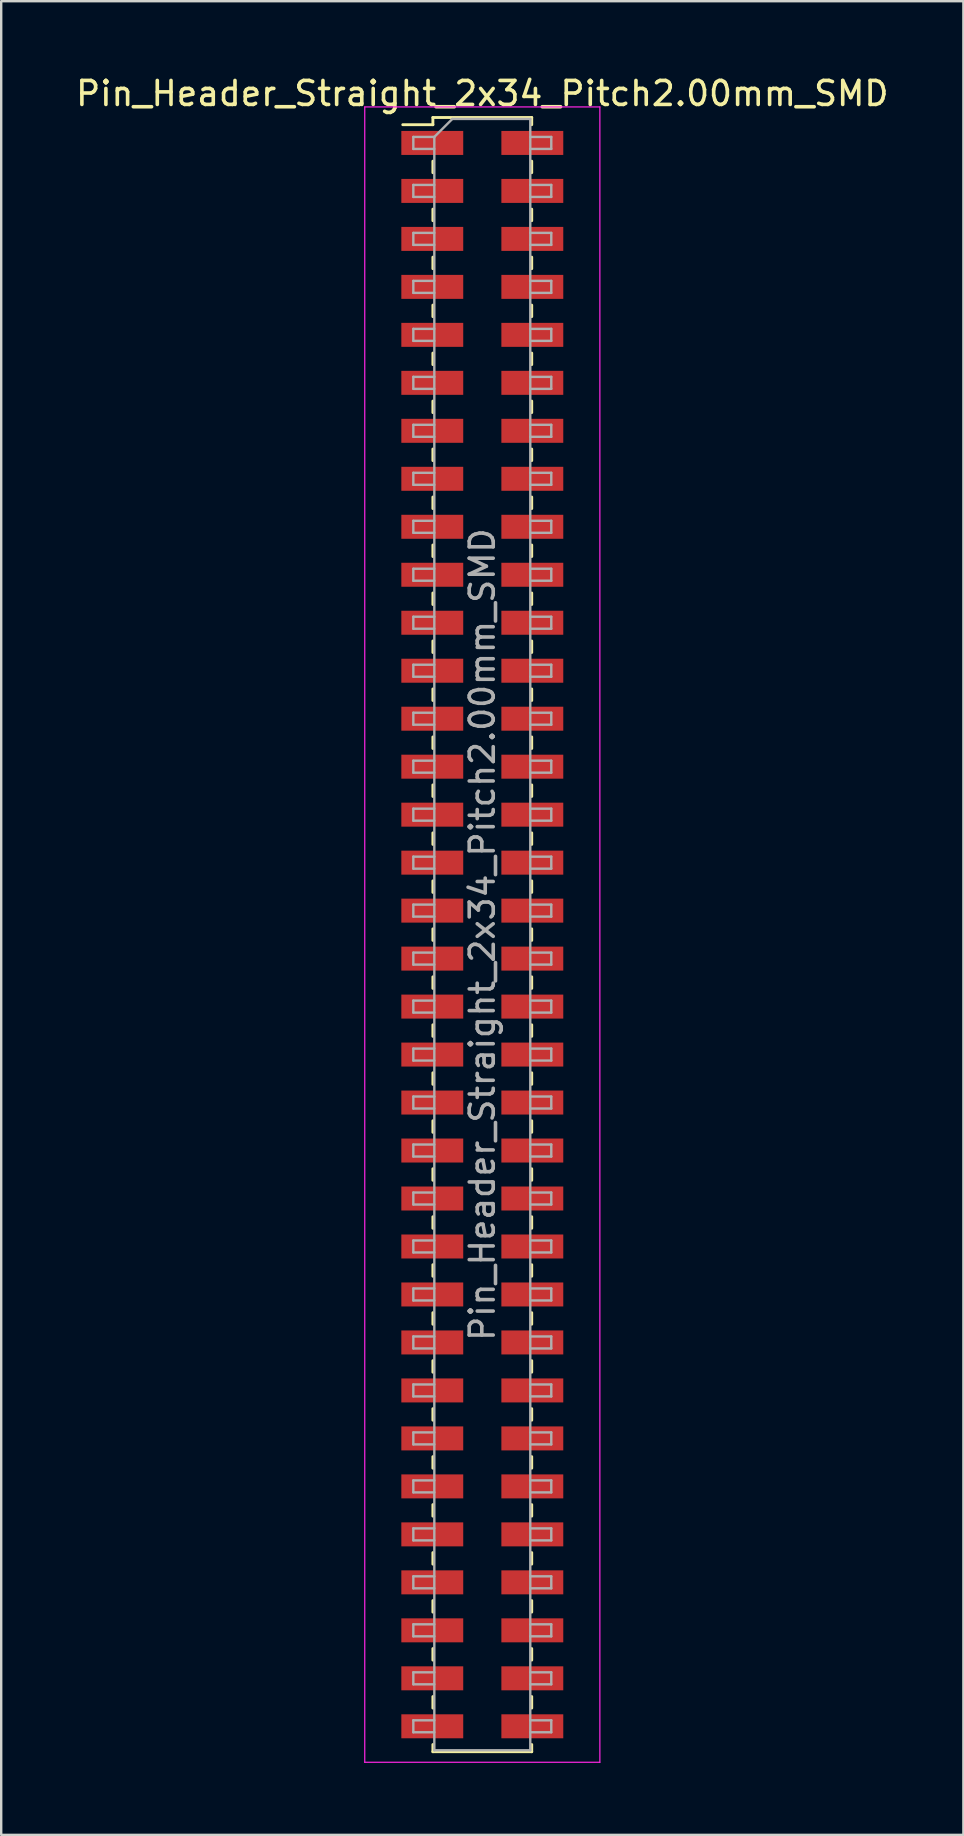
<source format=kicad_pcb>
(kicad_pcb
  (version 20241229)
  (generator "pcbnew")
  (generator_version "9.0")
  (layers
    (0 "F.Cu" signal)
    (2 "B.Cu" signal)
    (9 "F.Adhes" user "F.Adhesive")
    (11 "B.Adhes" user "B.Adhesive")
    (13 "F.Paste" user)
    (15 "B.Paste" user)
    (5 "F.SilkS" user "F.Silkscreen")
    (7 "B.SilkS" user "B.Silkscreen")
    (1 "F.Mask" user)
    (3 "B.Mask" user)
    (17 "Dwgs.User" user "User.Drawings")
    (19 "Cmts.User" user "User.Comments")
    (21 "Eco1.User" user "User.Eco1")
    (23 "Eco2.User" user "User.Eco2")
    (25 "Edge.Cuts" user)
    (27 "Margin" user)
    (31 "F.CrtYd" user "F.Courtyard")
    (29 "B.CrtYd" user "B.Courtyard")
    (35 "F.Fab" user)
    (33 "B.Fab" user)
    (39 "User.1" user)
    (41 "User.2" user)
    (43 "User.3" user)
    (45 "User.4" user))
  (footprint "Pin_Header_Straight_2x34_Pitch2.00mm_SMD"
    (layer "F.Cu")
    (at 17.054 35.908)
    (property "Reference" "Pin_Header_Straight_2x34_Pitch2.00mm_SMD" (at 0 -35.06 0) (layer "F.SilkS") (effects (font (size 1 1) (thickness 0.15))))
    (attr smd)
    (fp_line (start -3.315 -33.76) (end -2.06 -33.76) (stroke (width 0.12) (type solid)) (layer "F.SilkS"))
    (fp_line (start -2.06 -34.06) (end -2.06 -33.76) (stroke (width 0.12) (type solid)) (layer "F.SilkS"))
    (fp_line (start -2.06 -34.06) (end 2.06 -34.06) (stroke (width 0.12) (type solid)) (layer "F.SilkS"))
    (fp_line (start -2.06 -32.24) (end -2.06 -31.76) (stroke (width 0.12) (type solid)) (layer "F.SilkS"))
    (fp_line (start -2.06 -30.24) (end -2.06 -29.76) (stroke (width 0.12) (type solid)) (layer "F.SilkS"))
    (fp_line (start -2.06 -28.24) (end -2.06 -27.76) (stroke (width 0.12) (type solid)) (layer "F.SilkS"))
    (fp_line (start -2.06 -26.24) (end -2.06 -25.76) (stroke (width 0.12) (type solid)) (layer "F.SilkS"))
    (fp_line (start -2.06 -24.24) (end -2.06 -23.76) (stroke (width 0.12) (type solid)) (layer "F.SilkS"))
    (fp_line (start -2.06 -22.24) (end -2.06 -21.76) (stroke (width 0.12) (type solid)) (layer "F.SilkS"))
    (fp_line (start -2.06 -20.24) (end -2.06 -19.76) (stroke (width 0.12) (type solid)) (layer "F.SilkS"))
    (fp_line (start -2.06 -18.24) (end -2.06 -17.76) (stroke (width 0.12) (type solid)) (layer "F.SilkS"))
    (fp_line (start -2.06 -16.24) (end -2.06 -15.76) (stroke (width 0.12) (type solid)) (layer "F.SilkS"))
    (fp_line (start -2.06 -14.24) (end -2.06 -13.76) (stroke (width 0.12) (type solid)) (layer "F.SilkS"))
    (fp_line (start -2.06 -12.24) (end -2.06 -11.76) (stroke (width 0.12) (type solid)) (layer "F.SilkS"))
    (fp_line (start -2.06 -10.24) (end -2.06 -9.76) (stroke (width 0.12) (type solid)) (layer "F.SilkS"))
    (fp_line (start -2.06 -8.24) (end -2.06 -7.76) (stroke (width 0.12) (type solid)) (layer "F.SilkS"))
    (fp_line (start -2.06 -6.24) (end -2.06 -5.76) (stroke (width 0.12) (type solid)) (layer "F.SilkS"))
    (fp_line (start -2.06 -4.24) (end -2.06 -3.76) (stroke (width 0.12) (type solid)) (layer "F.SilkS"))
    (fp_line (start -2.06 -2.24) (end -2.06 -1.76) (stroke (width 0.12) (type solid)) (layer "F.SilkS"))
    (fp_line (start -2.06 -0.24) (end -2.06 0.24) (stroke (width 0.12) (type solid)) (layer "F.SilkS"))
    (fp_line (start -2.06 1.76) (end -2.06 2.24) (stroke (width 0.12) (type solid)) (layer "F.SilkS"))
    (fp_line (start -2.06 3.76) (end -2.06 4.24) (stroke (width 0.12) (type solid)) (layer "F.SilkS"))
    (fp_line (start -2.06 5.76) (end -2.06 6.24) (stroke (width 0.12) (type solid)) (layer "F.SilkS"))
    (fp_line (start -2.06 7.76) (end -2.06 8.24) (stroke (width 0.12) (type solid)) (layer "F.SilkS"))
    (fp_line (start -2.06 9.76) (end -2.06 10.24) (stroke (width 0.12) (type solid)) (layer "F.SilkS"))
    (fp_line (start -2.06 11.76) (end -2.06 12.24) (stroke (width 0.12) (type solid)) (layer "F.SilkS"))
    (fp_line (start -2.06 13.76) (end -2.06 14.24) (stroke (width 0.12) (type solid)) (layer "F.SilkS"))
    (fp_line (start -2.06 15.76) (end -2.06 16.24) (stroke (width 0.12) (type solid)) (layer "F.SilkS"))
    (fp_line (start -2.06 17.76) (end -2.06 18.24) (stroke (width 0.12) (type solid)) (layer "F.SilkS"))
    (fp_line (start -2.06 19.76) (end -2.06 20.24) (stroke (width 0.12) (type solid)) (layer "F.SilkS"))
    (fp_line (start -2.06 21.76) (end -2.06 22.24) (stroke (width 0.12) (type solid)) (layer "F.SilkS"))
    (fp_line (start -2.06 23.76) (end -2.06 24.24) (stroke (width 0.12) (type solid)) (layer "F.SilkS"))
    (fp_line (start -2.06 25.76) (end -2.06 26.24) (stroke (width 0.12) (type solid)) (layer "F.SilkS"))
    (fp_line (start -2.06 27.76) (end -2.06 28.24) (stroke (width 0.12) (type solid)) (layer "F.SilkS"))
    (fp_line (start -2.06 29.76) (end -2.06 30.24) (stroke (width 0.12) (type solid)) (layer "F.SilkS"))
    (fp_line (start -2.06 31.76) (end -2.06 32.24) (stroke (width 0.12) (type solid)) (layer "F.SilkS"))
    (fp_line (start -2.06 33.76) (end -2.06 34.06) (stroke (width 0.12) (type solid)) (layer "F.SilkS"))
    (fp_line (start -2.06 34.06) (end 2.06 34.06) (stroke (width 0.12) (type solid)) (layer "F.SilkS"))
    (fp_line (start 2.06 -34.06) (end 2.06 -33.76) (stroke (width 0.12) (type solid)) (layer "F.SilkS"))
    (fp_line (start 2.06 -32.24) (end 2.06 -31.76) (stroke (width 0.12) (type solid)) (layer "F.SilkS"))
    (fp_line (start 2.06 -30.24) (end 2.06 -29.76) (stroke (width 0.12) (type solid)) (layer "F.SilkS"))
    (fp_line (start 2.06 -28.24) (end 2.06 -27.76) (stroke (width 0.12) (type solid)) (layer "F.SilkS"))
    (fp_line (start 2.06 -26.24) (end 2.06 -25.76) (stroke (width 0.12) (type solid)) (layer "F.SilkS"))
    (fp_line (start 2.06 -24.24) (end 2.06 -23.76) (stroke (width 0.12) (type solid)) (layer "F.SilkS"))
    (fp_line (start 2.06 -22.24) (end 2.06 -21.76) (stroke (width 0.12) (type solid)) (layer "F.SilkS"))
    (fp_line (start 2.06 -20.24) (end 2.06 -19.76) (stroke (width 0.12) (type solid)) (layer "F.SilkS"))
    (fp_line (start 2.06 -18.24) (end 2.06 -17.76) (stroke (width 0.12) (type solid)) (layer "F.SilkS"))
    (fp_line (start 2.06 -16.24) (end 2.06 -15.76) (stroke (width 0.12) (type solid)) (layer "F.SilkS"))
    (fp_line (start 2.06 -14.24) (end 2.06 -13.76) (stroke (width 0.12) (type solid)) (layer "F.SilkS"))
    (fp_line (start 2.06 -12.24) (end 2.06 -11.76) (stroke (width 0.12) (type solid)) (layer "F.SilkS"))
    (fp_line (start 2.06 -10.24) (end 2.06 -9.76) (stroke (width 0.12) (type solid)) (layer "F.SilkS"))
    (fp_line (start 2.06 -8.24) (end 2.06 -7.76) (stroke (width 0.12) (type solid)) (layer "F.SilkS"))
    (fp_line (start 2.06 -6.24) (end 2.06 -5.76) (stroke (width 0.12) (type solid)) (layer "F.SilkS"))
    (fp_line (start 2.06 -4.24) (end 2.06 -3.76) (stroke (width 0.12) (type solid)) (layer "F.SilkS"))
    (fp_line (start 2.06 -2.24) (end 2.06 -1.76) (stroke (width 0.12) (type solid)) (layer "F.SilkS"))
    (fp_line (start 2.06 -0.24) (end 2.06 0.24) (stroke (width 0.12) (type solid)) (layer "F.SilkS"))
    (fp_line (start 2.06 1.76) (end 2.06 2.24) (stroke (width 0.12) (type solid)) (layer "F.SilkS"))
    (fp_line (start 2.06 3.76) (end 2.06 4.24) (stroke (width 0.12) (type solid)) (layer "F.SilkS"))
    (fp_line (start 2.06 5.76) (end 2.06 6.24) (stroke (width 0.12) (type solid)) (layer "F.SilkS"))
    (fp_line (start 2.06 7.76) (end 2.06 8.24) (stroke (width 0.12) (type solid)) (layer "F.SilkS"))
    (fp_line (start 2.06 9.76) (end 2.06 10.24) (stroke (width 0.12) (type solid)) (layer "F.SilkS"))
    (fp_line (start 2.06 11.76) (end 2.06 12.24) (stroke (width 0.12) (type solid)) (layer "F.SilkS"))
    (fp_line (start 2.06 13.76) (end 2.06 14.24) (stroke (width 0.12) (type solid)) (layer "F.SilkS"))
    (fp_line (start 2.06 15.76) (end 2.06 16.24) (stroke (width 0.12) (type solid)) (layer "F.SilkS"))
    (fp_line (start 2.06 17.76) (end 2.06 18.24) (stroke (width 0.12) (type solid)) (layer "F.SilkS"))
    (fp_line (start 2.06 19.76) (end 2.06 20.24) (stroke (width 0.12) (type solid)) (layer "F.SilkS"))
    (fp_line (start 2.06 21.76) (end 2.06 22.24) (stroke (width 0.12) (type solid)) (layer "F.SilkS"))
    (fp_line (start 2.06 23.76) (end 2.06 24.24) (stroke (width 0.12) (type solid)) (layer "F.SilkS"))
    (fp_line (start 2.06 25.76) (end 2.06 26.24) (stroke (width 0.12) (type solid)) (layer "F.SilkS"))
    (fp_line (start 2.06 27.76) (end 2.06 28.24) (stroke (width 0.12) (type solid)) (layer "F.SilkS"))
    (fp_line (start 2.06 29.76) (end 2.06 30.24) (stroke (width 0.12) (type solid)) (layer "F.SilkS"))
    (fp_line (start 2.06 31.76) (end 2.06 32.24) (stroke (width 0.12) (type solid)) (layer "F.SilkS"))
    (fp_line (start 2.06 33.76) (end 2.06 34.06) (stroke (width 0.12) (type solid)) (layer "F.SilkS"))
    (fp_line (start -4.9 -34.5) (end -4.9 34.5) (stroke (width 0.05) (type solid)) (layer "F.CrtYd"))
    (fp_line (start -4.9 34.5) (end 4.9 34.5) (stroke (width 0.05) (type solid)) (layer "F.CrtYd"))
    (fp_line (start 4.9 -34.5) (end -4.9 -34.5) (stroke (width 0.05) (type solid)) (layer "F.CrtYd"))
    (fp_line (start 4.9 34.5) (end 4.9 -34.5) (stroke (width 0.05) (type solid)) (layer "F.CrtYd"))
    (fp_line (start -2.875 -33.25) (end -2.875 -32.75) (stroke (width 0.1) (type solid)) (layer "F.Fab"))
    (fp_line (start -2.875 -32.75) (end -2 -32.75) (stroke (width 0.1) (type solid)) (layer "F.Fab"))
    (fp_line (start -2.875 -31.25) (end -2.875 -30.75) (stroke (width 0.1) (type solid)) (layer "F.Fab"))
    (fp_line (start -2.875 -30.75) (end -2 -30.75) (stroke (width 0.1) (type solid)) (layer "F.Fab"))
    (fp_line (start -2.875 -29.25) (end -2.875 -28.75) (stroke (width 0.1) (type solid)) (layer "F.Fab"))
    (fp_line (start -2.875 -28.75) (end -2 -28.75) (stroke (width 0.1) (type solid)) (layer "F.Fab"))
    (fp_line (start -2.875 -27.25) (end -2.875 -26.75) (stroke (width 0.1) (type solid)) (layer "F.Fab"))
    (fp_line (start -2.875 -26.75) (end -2 -26.75) (stroke (width 0.1) (type solid)) (layer "F.Fab"))
    (fp_line (start -2.875 -25.25) (end -2.875 -24.75) (stroke (width 0.1) (type solid)) (layer "F.Fab"))
    (fp_line (start -2.875 -24.75) (end -2 -24.75) (stroke (width 0.1) (type solid)) (layer "F.Fab"))
    (fp_line (start -2.875 -23.25) (end -2.875 -22.75) (stroke (width 0.1) (type solid)) (layer "F.Fab"))
    (fp_line (start -2.875 -22.75) (end -2 -22.75) (stroke (width 0.1) (type solid)) (layer "F.Fab"))
    (fp_line (start -2.875 -21.25) (end -2.875 -20.75) (stroke (width 0.1) (type solid)) (layer "F.Fab"))
    (fp_line (start -2.875 -20.75) (end -2 -20.75) (stroke (width 0.1) (type solid)) (layer "F.Fab"))
    (fp_line (start -2.875 -19.25) (end -2.875 -18.75) (stroke (width 0.1) (type solid)) (layer "F.Fab"))
    (fp_line (start -2.875 -18.75) (end -2 -18.75) (stroke (width 0.1) (type solid)) (layer "F.Fab"))
    (fp_line (start -2.875 -17.25) (end -2.875 -16.75) (stroke (width 0.1) (type solid)) (layer "F.Fab"))
    (fp_line (start -2.875 -16.75) (end -2 -16.75) (stroke (width 0.1) (type solid)) (layer "F.Fab"))
    (fp_line (start -2.875 -15.25) (end -2.875 -14.75) (stroke (width 0.1) (type solid)) (layer "F.Fab"))
    (fp_line (start -2.875 -14.75) (end -2 -14.75) (stroke (width 0.1) (type solid)) (layer "F.Fab"))
    (fp_line (start -2.875 -13.25) (end -2.875 -12.75) (stroke (width 0.1) (type solid)) (layer "F.Fab"))
    (fp_line (start -2.875 -12.75) (end -2 -12.75) (stroke (width 0.1) (type solid)) (layer "F.Fab"))
    (fp_line (start -2.875 -11.25) (end -2.875 -10.75) (stroke (width 0.1) (type solid)) (layer "F.Fab"))
    (fp_line (start -2.875 -10.75) (end -2 -10.75) (stroke (width 0.1) (type solid)) (layer "F.Fab"))
    (fp_line (start -2.875 -9.25) (end -2.875 -8.75) (stroke (width 0.1) (type solid)) (layer "F.Fab"))
    (fp_line (start -2.875 -8.75) (end -2 -8.75) (stroke (width 0.1) (type solid)) (layer "F.Fab"))
    (fp_line (start -2.875 -7.25) (end -2.875 -6.75) (stroke (width 0.1) (type solid)) (layer "F.Fab"))
    (fp_line (start -2.875 -6.75) (end -2 -6.75) (stroke (width 0.1) (type solid)) (layer "F.Fab"))
    (fp_line (start -2.875 -5.25) (end -2.875 -4.75) (stroke (width 0.1) (type solid)) (layer "F.Fab"))
    (fp_line (start -2.875 -4.75) (end -2 -4.75) (stroke (width 0.1) (type solid)) (layer "F.Fab"))
    (fp_line (start -2.875 -3.25) (end -2.875 -2.75) (stroke (width 0.1) (type solid)) (layer "F.Fab"))
    (fp_line (start -2.875 -2.75) (end -2 -2.75) (stroke (width 0.1) (type solid)) (layer "F.Fab"))
    (fp_line (start -2.875 -1.25) (end -2.875 -0.75) (stroke (width 0.1) (type solid)) (layer "F.Fab"))
    (fp_line (start -2.875 -0.75) (end -2 -0.75) (stroke (width 0.1) (type solid)) (layer "F.Fab"))
    (fp_line (start -2.875 0.75) (end -2.875 1.25) (stroke (width 0.1) (type solid)) (layer "F.Fab"))
    (fp_line (start -2.875 1.25) (end -2 1.25) (stroke (width 0.1) (type solid)) (layer "F.Fab"))
    (fp_line (start -2.875 2.75) (end -2.875 3.25) (stroke (width 0.1) (type solid)) (layer "F.Fab"))
    (fp_line (start -2.875 3.25) (end -2 3.25) (stroke (width 0.1) (type solid)) (layer "F.Fab"))
    (fp_line (start -2.875 4.75) (end -2.875 5.25) (stroke (width 0.1) (type solid)) (layer "F.Fab"))
    (fp_line (start -2.875 5.25) (end -2 5.25) (stroke (width 0.1) (type solid)) (layer "F.Fab"))
    (fp_line (start -2.875 6.75) (end -2.875 7.25) (stroke (width 0.1) (type solid)) (layer "F.Fab"))
    (fp_line (start -2.875 7.25) (end -2 7.25) (stroke (width 0.1) (type solid)) (layer "F.Fab"))
    (fp_line (start -2.875 8.75) (end -2.875 9.25) (stroke (width 0.1) (type solid)) (layer "F.Fab"))
    (fp_line (start -2.875 9.25) (end -2 9.25) (stroke (width 0.1) (type solid)) (layer "F.Fab"))
    (fp_line (start -2.875 10.75) (end -2.875 11.25) (stroke (width 0.1) (type solid)) (layer "F.Fab"))
    (fp_line (start -2.875 11.25) (end -2 11.25) (stroke (width 0.1) (type solid)) (layer "F.Fab"))
    (fp_line (start -2.875 12.75) (end -2.875 13.25) (stroke (width 0.1) (type solid)) (layer "F.Fab"))
    (fp_line (start -2.875 13.25) (end -2 13.25) (stroke (width 0.1) (type solid)) (layer "F.Fab"))
    (fp_line (start -2.875 14.75) (end -2.875 15.25) (stroke (width 0.1) (type solid)) (layer "F.Fab"))
    (fp_line (start -2.875 15.25) (end -2 15.25) (stroke (width 0.1) (type solid)) (layer "F.Fab"))
    (fp_line (start -2.875 16.75) (end -2.875 17.25) (stroke (width 0.1) (type solid)) (layer "F.Fab"))
    (fp_line (start -2.875 17.25) (end -2 17.25) (stroke (width 0.1) (type solid)) (layer "F.Fab"))
    (fp_line (start -2.875 18.75) (end -2.875 19.25) (stroke (width 0.1) (type solid)) (layer "F.Fab"))
    (fp_line (start -2.875 19.25) (end -2 19.25) (stroke (width 0.1) (type solid)) (layer "F.Fab"))
    (fp_line (start -2.875 20.75) (end -2.875 21.25) (stroke (width 0.1) (type solid)) (layer "F.Fab"))
    (fp_line (start -2.875 21.25) (end -2 21.25) (stroke (width 0.1) (type solid)) (layer "F.Fab"))
    (fp_line (start -2.875 22.75) (end -2.875 23.25) (stroke (width 0.1) (type solid)) (layer "F.Fab"))
    (fp_line (start -2.875 23.25) (end -2 23.25) (stroke (width 0.1) (type solid)) (layer "F.Fab"))
    (fp_line (start -2.875 24.75) (end -2.875 25.25) (stroke (width 0.1) (type solid)) (layer "F.Fab"))
    (fp_line (start -2.875 25.25) (end -2 25.25) (stroke (width 0.1) (type solid)) (layer "F.Fab"))
    (fp_line (start -2.875 26.75) (end -2.875 27.25) (stroke (width 0.1) (type solid)) (layer "F.Fab"))
    (fp_line (start -2.875 27.25) (end -2 27.25) (stroke (width 0.1) (type solid)) (layer "F.Fab"))
    (fp_line (start -2.875 28.75) (end -2.875 29.25) (stroke (width 0.1) (type solid)) (layer "F.Fab"))
    (fp_line (start -2.875 29.25) (end -2 29.25) (stroke (width 0.1) (type solid)) (layer "F.Fab"))
    (fp_line (start -2.875 30.75) (end -2.875 31.25) (stroke (width 0.1) (type solid)) (layer "F.Fab"))
    (fp_line (start -2.875 31.25) (end -2 31.25) (stroke (width 0.1) (type solid)) (layer "F.Fab"))
    (fp_line (start -2.875 32.75) (end -2.875 33.25) (stroke (width 0.1) (type solid)) (layer "F.Fab"))
    (fp_line (start -2.875 33.25) (end -2 33.25) (stroke (width 0.1) (type solid)) (layer "F.Fab"))
    (fp_line (start -2 -33.25) (end -2.875 -33.25) (stroke (width 0.1) (type solid)) (layer "F.Fab"))
    (fp_line (start -2 -33.25) (end -1.25 -34) (stroke (width 0.1) (type solid)) (layer "F.Fab"))
    (fp_line (start -2 -31.25) (end -2.875 -31.25) (stroke (width 0.1) (type solid)) (layer "F.Fab"))
    (fp_line (start -2 -29.25) (end -2.875 -29.25) (stroke (width 0.1) (type solid)) (layer "F.Fab"))
    (fp_line (start -2 -27.25) (end -2.875 -27.25) (stroke (width 0.1) (type solid)) (layer "F.Fab"))
    (fp_line (start -2 -25.25) (end -2.875 -25.25) (stroke (width 0.1) (type solid)) (layer "F.Fab"))
    (fp_line (start -2 -23.25) (end -2.875 -23.25) (stroke (width 0.1) (type solid)) (layer "F.Fab"))
    (fp_line (start -2 -21.25) (end -2.875 -21.25) (stroke (width 0.1) (type solid)) (layer "F.Fab"))
    (fp_line (start -2 -19.25) (end -2.875 -19.25) (stroke (width 0.1) (type solid)) (layer "F.Fab"))
    (fp_line (start -2 -17.25) (end -2.875 -17.25) (stroke (width 0.1) (type solid)) (layer "F.Fab"))
    (fp_line (start -2 -15.25) (end -2.875 -15.25) (stroke (width 0.1) (type solid)) (layer "F.Fab"))
    (fp_line (start -2 -13.25) (end -2.875 -13.25) (stroke (width 0.1) (type solid)) (layer "F.Fab"))
    (fp_line (start -2 -11.25) (end -2.875 -11.25) (stroke (width 0.1) (type solid)) (layer "F.Fab"))
    (fp_line (start -2 -9.25) (end -2.875 -9.25) (stroke (width 0.1) (type solid)) (layer "F.Fab"))
    (fp_line (start -2 -7.25) (end -2.875 -7.25) (stroke (width 0.1) (type solid)) (layer "F.Fab"))
    (fp_line (start -2 -5.25) (end -2.875 -5.25) (stroke (width 0.1) (type solid)) (layer "F.Fab"))
    (fp_line (start -2 -3.25) (end -2.875 -3.25) (stroke (width 0.1) (type solid)) (layer "F.Fab"))
    (fp_line (start -2 -1.25) (end -2.875 -1.25) (stroke (width 0.1) (type solid)) (layer "F.Fab"))
    (fp_line (start -2 0.75) (end -2.875 0.75) (stroke (width 0.1) (type solid)) (layer "F.Fab"))
    (fp_line (start -2 2.75) (end -2.875 2.75) (stroke (width 0.1) (type solid)) (layer "F.Fab"))
    (fp_line (start -2 4.75) (end -2.875 4.75) (stroke (width 0.1) (type solid)) (layer "F.Fab"))
    (fp_line (start -2 6.75) (end -2.875 6.75) (stroke (width 0.1) (type solid)) (layer "F.Fab"))
    (fp_line (start -2 8.75) (end -2.875 8.75) (stroke (width 0.1) (type solid)) (layer "F.Fab"))
    (fp_line (start -2 10.75) (end -2.875 10.75) (stroke (width 0.1) (type solid)) (layer "F.Fab"))
    (fp_line (start -2 12.75) (end -2.875 12.75) (stroke (width 0.1) (type solid)) (layer "F.Fab"))
    (fp_line (start -2 14.75) (end -2.875 14.75) (stroke (width 0.1) (type solid)) (layer "F.Fab"))
    (fp_line (start -2 16.75) (end -2.875 16.75) (stroke (width 0.1) (type solid)) (layer "F.Fab"))
    (fp_line (start -2 18.75) (end -2.875 18.75) (stroke (width 0.1) (type solid)) (layer "F.Fab"))
    (fp_line (start -2 20.75) (end -2.875 20.75) (stroke (width 0.1) (type solid)) (layer "F.Fab"))
    (fp_line (start -2 22.75) (end -2.875 22.75) (stroke (width 0.1) (type solid)) (layer "F.Fab"))
    (fp_line (start -2 24.75) (end -2.875 24.75) (stroke (width 0.1) (type solid)) (layer "F.Fab"))
    (fp_line (start -2 26.75) (end -2.875 26.75) (stroke (width 0.1) (type solid)) (layer "F.Fab"))
    (fp_line (start -2 28.75) (end -2.875 28.75) (stroke (width 0.1) (type solid)) (layer "F.Fab"))
    (fp_line (start -2 30.75) (end -2.875 30.75) (stroke (width 0.1) (type solid)) (layer "F.Fab"))
    (fp_line (start -2 32.75) (end -2.875 32.75) (stroke (width 0.1) (type solid)) (layer "F.Fab"))
    (fp_line (start -2 34) (end -2 -33.25) (stroke (width 0.1) (type solid)) (layer "F.Fab"))
    (fp_line (start -1.25 -34) (end 2 -34) (stroke (width 0.1) (type solid)) (layer "F.Fab"))
    (fp_line (start 2 -34) (end 2 34) (stroke (width 0.1) (type solid)) (layer "F.Fab"))
    (fp_line (start 2 -33.25) (end 2.875 -33.25) (stroke (width 0.1) (type solid)) (layer "F.Fab"))
    (fp_line (start 2 -31.25) (end 2.875 -31.25) (stroke (width 0.1) (type solid)) (layer "F.Fab"))
    (fp_line (start 2 -29.25) (end 2.875 -29.25) (stroke (width 0.1) (type solid)) (layer "F.Fab"))
    (fp_line (start 2 -27.25) (end 2.875 -27.25) (stroke (width 0.1) (type solid)) (layer "F.Fab"))
    (fp_line (start 2 -25.25) (end 2.875 -25.25) (stroke (width 0.1) (type solid)) (layer "F.Fab"))
    (fp_line (start 2 -23.25) (end 2.875 -23.25) (stroke (width 0.1) (type solid)) (layer "F.Fab"))
    (fp_line (start 2 -21.25) (end 2.875 -21.25) (stroke (width 0.1) (type solid)) (layer "F.Fab"))
    (fp_line (start 2 -19.25) (end 2.875 -19.25) (stroke (width 0.1) (type solid)) (layer "F.Fab"))
    (fp_line (start 2 -17.25) (end 2.875 -17.25) (stroke (width 0.1) (type solid)) (layer "F.Fab"))
    (fp_line (start 2 -15.25) (end 2.875 -15.25) (stroke (width 0.1) (type solid)) (layer "F.Fab"))
    (fp_line (start 2 -13.25) (end 2.875 -13.25) (stroke (width 0.1) (type solid)) (layer "F.Fab"))
    (fp_line (start 2 -11.25) (end 2.875 -11.25) (stroke (width 0.1) (type solid)) (layer "F.Fab"))
    (fp_line (start 2 -9.25) (end 2.875 -9.25) (stroke (width 0.1) (type solid)) (layer "F.Fab"))
    (fp_line (start 2 -7.25) (end 2.875 -7.25) (stroke (width 0.1) (type solid)) (layer "F.Fab"))
    (fp_line (start 2 -5.25) (end 2.875 -5.25) (stroke (width 0.1) (type solid)) (layer "F.Fab"))
    (fp_line (start 2 -3.25) (end 2.875 -3.25) (stroke (width 0.1) (type solid)) (layer "F.Fab"))
    (fp_line (start 2 -1.25) (end 2.875 -1.25) (stroke (width 0.1) (type solid)) (layer "F.Fab"))
    (fp_line (start 2 0.75) (end 2.875 0.75) (stroke (width 0.1) (type solid)) (layer "F.Fab"))
    (fp_line (start 2 2.75) (end 2.875 2.75) (stroke (width 0.1) (type solid)) (layer "F.Fab"))
    (fp_line (start 2 4.75) (end 2.875 4.75) (stroke (width 0.1) (type solid)) (layer "F.Fab"))
    (fp_line (start 2 6.75) (end 2.875 6.75) (stroke (width 0.1) (type solid)) (layer "F.Fab"))
    (fp_line (start 2 8.75) (end 2.875 8.75) (stroke (width 0.1) (type solid)) (layer "F.Fab"))
    (fp_line (start 2 10.75) (end 2.875 10.75) (stroke (width 0.1) (type solid)) (layer "F.Fab"))
    (fp_line (start 2 12.75) (end 2.875 12.75) (stroke (width 0.1) (type solid)) (layer "F.Fab"))
    (fp_line (start 2 14.75) (end 2.875 14.75) (stroke (width 0.1) (type solid)) (layer "F.Fab"))
    (fp_line (start 2 16.75) (end 2.875 16.75) (stroke (width 0.1) (type solid)) (layer "F.Fab"))
    (fp_line (start 2 18.75) (end 2.875 18.75) (stroke (width 0.1) (type solid)) (layer "F.Fab"))
    (fp_line (start 2 20.75) (end 2.875 20.75) (stroke (width 0.1) (type solid)) (layer "F.Fab"))
    (fp_line (start 2 22.75) (end 2.875 22.75) (stroke (width 0.1) (type solid)) (layer "F.Fab"))
    (fp_line (start 2 24.75) (end 2.875 24.75) (stroke (width 0.1) (type solid)) (layer "F.Fab"))
    (fp_line (start 2 26.75) (end 2.875 26.75) (stroke (width 0.1) (type solid)) (layer "F.Fab"))
    (fp_line (start 2 28.75) (end 2.875 28.75) (stroke (width 0.1) (type solid)) (layer "F.Fab"))
    (fp_line (start 2 30.75) (end 2.875 30.75) (stroke (width 0.1) (type solid)) (layer "F.Fab"))
    (fp_line (start 2 32.75) (end 2.875 32.75) (stroke (width 0.1) (type solid)) (layer "F.Fab"))
    (fp_line (start 2 34) (end -2 34) (stroke (width 0.1) (type solid)) (layer "F.Fab"))
    (fp_line (start 2.875 -33.25) (end 2.875 -32.75) (stroke (width 0.1) (type solid)) (layer "F.Fab"))
    (fp_line (start 2.875 -32.75) (end 2 -32.75) (stroke (width 0.1) (type solid)) (layer "F.Fab"))
    (fp_line (start 2.875 -31.25) (end 2.875 -30.75) (stroke (width 0.1) (type solid)) (layer "F.Fab"))
    (fp_line (start 2.875 -30.75) (end 2 -30.75) (stroke (width 0.1) (type solid)) (layer "F.Fab"))
    (fp_line (start 2.875 -29.25) (end 2.875 -28.75) (stroke (width 0.1) (type solid)) (layer "F.Fab"))
    (fp_line (start 2.875 -28.75) (end 2 -28.75) (stroke (width 0.1) (type solid)) (layer "F.Fab"))
    (fp_line (start 2.875 -27.25) (end 2.875 -26.75) (stroke (width 0.1) (type solid)) (layer "F.Fab"))
    (fp_line (start 2.875 -26.75) (end 2 -26.75) (stroke (width 0.1) (type solid)) (layer "F.Fab"))
    (fp_line (start 2.875 -25.25) (end 2.875 -24.75) (stroke (width 0.1) (type solid)) (layer "F.Fab"))
    (fp_line (start 2.875 -24.75) (end 2 -24.75) (stroke (width 0.1) (type solid)) (layer "F.Fab"))
    (fp_line (start 2.875 -23.25) (end 2.875 -22.75) (stroke (width 0.1) (type solid)) (layer "F.Fab"))
    (fp_line (start 2.875 -22.75) (end 2 -22.75) (stroke (width 0.1) (type solid)) (layer "F.Fab"))
    (fp_line (start 2.875 -21.25) (end 2.875 -20.75) (stroke (width 0.1) (type solid)) (layer "F.Fab"))
    (fp_line (start 2.875 -20.75) (end 2 -20.75) (stroke (width 0.1) (type solid)) (layer "F.Fab"))
    (fp_line (start 2.875 -19.25) (end 2.875 -18.75) (stroke (width 0.1) (type solid)) (layer "F.Fab"))
    (fp_line (start 2.875 -18.75) (end 2 -18.75) (stroke (width 0.1) (type solid)) (layer "F.Fab"))
    (fp_line (start 2.875 -17.25) (end 2.875 -16.75) (stroke (width 0.1) (type solid)) (layer "F.Fab"))
    (fp_line (start 2.875 -16.75) (end 2 -16.75) (stroke (width 0.1) (type solid)) (layer "F.Fab"))
    (fp_line (start 2.875 -15.25) (end 2.875 -14.75) (stroke (width 0.1) (type solid)) (layer "F.Fab"))
    (fp_line (start 2.875 -14.75) (end 2 -14.75) (stroke (width 0.1) (type solid)) (layer "F.Fab"))
    (fp_line (start 2.875 -13.25) (end 2.875 -12.75) (stroke (width 0.1) (type solid)) (layer "F.Fab"))
    (fp_line (start 2.875 -12.75) (end 2 -12.75) (stroke (width 0.1) (type solid)) (layer "F.Fab"))
    (fp_line (start 2.875 -11.25) (end 2.875 -10.75) (stroke (width 0.1) (type solid)) (layer "F.Fab"))
    (fp_line (start 2.875 -10.75) (end 2 -10.75) (stroke (width 0.1) (type solid)) (layer "F.Fab"))
    (fp_line (start 2.875 -9.25) (end 2.875 -8.75) (stroke (width 0.1) (type solid)) (layer "F.Fab"))
    (fp_line (start 2.875 -8.75) (end 2 -8.75) (stroke (width 0.1) (type solid)) (layer "F.Fab"))
    (fp_line (start 2.875 -7.25) (end 2.875 -6.75) (stroke (width 0.1) (type solid)) (layer "F.Fab"))
    (fp_line (start 2.875 -6.75) (end 2 -6.75) (stroke (width 0.1) (type solid)) (layer "F.Fab"))
    (fp_line (start 2.875 -5.25) (end 2.875 -4.75) (stroke (width 0.1) (type solid)) (layer "F.Fab"))
    (fp_line (start 2.875 -4.75) (end 2 -4.75) (stroke (width 0.1) (type solid)) (layer "F.Fab"))
    (fp_line (start 2.875 -3.25) (end 2.875 -2.75) (stroke (width 0.1) (type solid)) (layer "F.Fab"))
    (fp_line (start 2.875 -2.75) (end 2 -2.75) (stroke (width 0.1) (type solid)) (layer "F.Fab"))
    (fp_line (start 2.875 -1.25) (end 2.875 -0.75) (stroke (width 0.1) (type solid)) (layer "F.Fab"))
    (fp_line (start 2.875 -0.75) (end 2 -0.75) (stroke (width 0.1) (type solid)) (layer "F.Fab"))
    (fp_line (start 2.875 0.75) (end 2.875 1.25) (stroke (width 0.1) (type solid)) (layer "F.Fab"))
    (fp_line (start 2.875 1.25) (end 2 1.25) (stroke (width 0.1) (type solid)) (layer "F.Fab"))
    (fp_line (start 2.875 2.75) (end 2.875 3.25) (stroke (width 0.1) (type solid)) (layer "F.Fab"))
    (fp_line (start 2.875 3.25) (end 2 3.25) (stroke (width 0.1) (type solid)) (layer "F.Fab"))
    (fp_line (start 2.875 4.75) (end 2.875 5.25) (stroke (width 0.1) (type solid)) (layer "F.Fab"))
    (fp_line (start 2.875 5.25) (end 2 5.25) (stroke (width 0.1) (type solid)) (layer "F.Fab"))
    (fp_line (start 2.875 6.75) (end 2.875 7.25) (stroke (width 0.1) (type solid)) (layer "F.Fab"))
    (fp_line (start 2.875 7.25) (end 2 7.25) (stroke (width 0.1) (type solid)) (layer "F.Fab"))
    (fp_line (start 2.875 8.75) (end 2.875 9.25) (stroke (width 0.1) (type solid)) (layer "F.Fab"))
    (fp_line (start 2.875 9.25) (end 2 9.25) (stroke (width 0.1) (type solid)) (layer "F.Fab"))
    (fp_line (start 2.875 10.75) (end 2.875 11.25) (stroke (width 0.1) (type solid)) (layer "F.Fab"))
    (fp_line (start 2.875 11.25) (end 2 11.25) (stroke (width 0.1) (type solid)) (layer "F.Fab"))
    (fp_line (start 2.875 12.75) (end 2.875 13.25) (stroke (width 0.1) (type solid)) (layer "F.Fab"))
    (fp_line (start 2.875 13.25) (end 2 13.25) (stroke (width 0.1) (type solid)) (layer "F.Fab"))
    (fp_line (start 2.875 14.75) (end 2.875 15.25) (stroke (width 0.1) (type solid)) (layer "F.Fab"))
    (fp_line (start 2.875 15.25) (end 2 15.25) (stroke (width 0.1) (type solid)) (layer "F.Fab"))
    (fp_line (start 2.875 16.75) (end 2.875 17.25) (stroke (width 0.1) (type solid)) (layer "F.Fab"))
    (fp_line (start 2.875 17.25) (end 2 17.25) (stroke (width 0.1) (type solid)) (layer "F.Fab"))
    (fp_line (start 2.875 18.75) (end 2.875 19.25) (stroke (width 0.1) (type solid)) (layer "F.Fab"))
    (fp_line (start 2.875 19.25) (end 2 19.25) (stroke (width 0.1) (type solid)) (layer "F.Fab"))
    (fp_line (start 2.875 20.75) (end 2.875 21.25) (stroke (width 0.1) (type solid)) (layer "F.Fab"))
    (fp_line (start 2.875 21.25) (end 2 21.25) (stroke (width 0.1) (type solid)) (layer "F.Fab"))
    (fp_line (start 2.875 22.75) (end 2.875 23.25) (stroke (width 0.1) (type solid)) (layer "F.Fab"))
    (fp_line (start 2.875 23.25) (end 2 23.25) (stroke (width 0.1) (type solid)) (layer "F.Fab"))
    (fp_line (start 2.875 24.75) (end 2.875 25.25) (stroke (width 0.1) (type solid)) (layer "F.Fab"))
    (fp_line (start 2.875 25.25) (end 2 25.25) (stroke (width 0.1) (type solid)) (layer "F.Fab"))
    (fp_line (start 2.875 26.75) (end 2.875 27.25) (stroke (width 0.1) (type solid)) (layer "F.Fab"))
    (fp_line (start 2.875 27.25) (end 2 27.25) (stroke (width 0.1) (type solid)) (layer "F.Fab"))
    (fp_line (start 2.875 28.75) (end 2.875 29.25) (stroke (width 0.1) (type solid)) (layer "F.Fab"))
    (fp_line (start 2.875 29.25) (end 2 29.25) (stroke (width 0.1) (type solid)) (layer "F.Fab"))
    (fp_line (start 2.875 30.75) (end 2.875 31.25) (stroke (width 0.1) (type solid)) (layer "F.Fab"))
    (fp_line (start 2.875 31.25) (end 2 31.25) (stroke (width 0.1) (type solid)) (layer "F.Fab"))
    (fp_line (start 2.875 32.75) (end 2.875 33.25) (stroke (width 0.1) (type solid)) (layer "F.Fab"))
    (fp_line (start 2.875 33.25) (end 2 33.25) (stroke (width 0.1) (type solid)) (layer "F.Fab"))
    (fp_text user "${REFERENCE}" (at 0 0 90) (layer "F.Fab") (effects (font (size 1 1) (thickness 0.15))))
    (pad "1" smd rect (at -2.085 -33) (size 2.58 1) (layers "F.Cu" "F.Mask" "F.Paste"))
    (pad "2" smd rect (at 2.085 -33) (size 2.58 1) (layers "F.Cu" "F.Mask" "F.Paste"))
    (pad "3" smd rect (at -2.085 -31) (size 2.58 1) (layers "F.Cu" "F.Mask" "F.Paste"))
    (pad "4" smd rect (at 2.085 -31) (size 2.58 1) (layers "F.Cu" "F.Mask" "F.Paste"))
    (pad "5" smd rect (at -2.085 -29) (size 2.58 1) (layers "F.Cu" "F.Mask" "F.Paste"))
    (pad "6" smd rect (at 2.085 -29) (size 2.58 1) (layers "F.Cu" "F.Mask" "F.Paste"))
    (pad "7" smd rect (at -2.085 -27) (size 2.58 1) (layers "F.Cu" "F.Mask" "F.Paste"))
    (pad "8" smd rect (at 2.085 -27) (size 2.58 1) (layers "F.Cu" "F.Mask" "F.Paste"))
    (pad "9" smd rect (at -2.085 -25) (size 2.58 1) (layers "F.Cu" "F.Mask" "F.Paste"))
    (pad "10" smd rect (at 2.085 -25) (size 2.58 1) (layers "F.Cu" "F.Mask" "F.Paste"))
    (pad "11" smd rect (at -2.085 -23) (size 2.58 1) (layers "F.Cu" "F.Mask" "F.Paste"))
    (pad "12" smd rect (at 2.085 -23) (size 2.58 1) (layers "F.Cu" "F.Mask" "F.Paste"))
    (pad "13" smd rect (at -2.085 -21) (size 2.58 1) (layers "F.Cu" "F.Mask" "F.Paste"))
    (pad "14" smd rect (at 2.085 -21) (size 2.58 1) (layers "F.Cu" "F.Mask" "F.Paste"))
    (pad "15" smd rect (at -2.085 -19) (size 2.58 1) (layers "F.Cu" "F.Mask" "F.Paste"))
    (pad "16" smd rect (at 2.085 -19) (size 2.58 1) (layers "F.Cu" "F.Mask" "F.Paste"))
    (pad "17" smd rect (at -2.085 -17) (size 2.58 1) (layers "F.Cu" "F.Mask" "F.Paste"))
    (pad "18" smd rect (at 2.085 -17) (size 2.58 1) (layers "F.Cu" "F.Mask" "F.Paste"))
    (pad "19" smd rect (at -2.085 -15) (size 2.58 1) (layers "F.Cu" "F.Mask" "F.Paste"))
    (pad "20" smd rect (at 2.085 -15) (size 2.58 1) (layers "F.Cu" "F.Mask" "F.Paste"))
    (pad "21" smd rect (at -2.085 -13) (size 2.58 1) (layers "F.Cu" "F.Mask" "F.Paste"))
    (pad "22" smd rect (at 2.085 -13) (size 2.58 1) (layers "F.Cu" "F.Mask" "F.Paste"))
    (pad "23" smd rect (at -2.085 -11) (size 2.58 1) (layers "F.Cu" "F.Mask" "F.Paste"))
    (pad "24" smd rect (at 2.085 -11) (size 2.58 1) (layers "F.Cu" "F.Mask" "F.Paste"))
    (pad "25" smd rect (at -2.085 -9) (size 2.58 1) (layers "F.Cu" "F.Mask" "F.Paste"))
    (pad "26" smd rect (at 2.085 -9) (size 2.58 1) (layers "F.Cu" "F.Mask" "F.Paste"))
    (pad "27" smd rect (at -2.085 -7) (size 2.58 1) (layers "F.Cu" "F.Mask" "F.Paste"))
    (pad "28" smd rect (at 2.085 -7) (size 2.58 1) (layers "F.Cu" "F.Mask" "F.Paste"))
    (pad "29" smd rect (at -2.085 -5) (size 2.58 1) (layers "F.Cu" "F.Mask" "F.Paste"))
    (pad "30" smd rect (at 2.085 -5) (size 2.58 1) (layers "F.Cu" "F.Mask" "F.Paste"))
    (pad "31" smd rect (at -2.085 -3) (size 2.58 1) (layers "F.Cu" "F.Mask" "F.Paste"))
    (pad "32" smd rect (at 2.085 -3) (size 2.58 1) (layers "F.Cu" "F.Mask" "F.Paste"))
    (pad "33" smd rect (at -2.085 -1) (size 2.58 1) (layers "F.Cu" "F.Mask" "F.Paste"))
    (pad "34" smd rect (at 2.085 -1) (size 2.58 1) (layers "F.Cu" "F.Mask" "F.Paste"))
    (pad "35" smd rect (at -2.085 1) (size 2.58 1) (layers "F.Cu" "F.Mask" "F.Paste"))
    (pad "36" smd rect (at 2.085 1) (size 2.58 1) (layers "F.Cu" "F.Mask" "F.Paste"))
    (pad "37" smd rect (at -2.085 3) (size 2.58 1) (layers "F.Cu" "F.Mask" "F.Paste"))
    (pad "38" smd rect (at 2.085 3) (size 2.58 1) (layers "F.Cu" "F.Mask" "F.Paste"))
    (pad "39" smd rect (at -2.085 5) (size 2.58 1) (layers "F.Cu" "F.Mask" "F.Paste"))
    (pad "40" smd rect (at 2.085 5) (size 2.58 1) (layers "F.Cu" "F.Mask" "F.Paste"))
    (pad "41" smd rect (at -2.085 7) (size 2.58 1) (layers "F.Cu" "F.Mask" "F.Paste"))
    (pad "42" smd rect (at 2.085 7) (size 2.58 1) (layers "F.Cu" "F.Mask" "F.Paste"))
    (pad "43" smd rect (at -2.085 9) (size 2.58 1) (layers "F.Cu" "F.Mask" "F.Paste"))
    (pad "44" smd rect (at 2.085 9) (size 2.58 1) (layers "F.Cu" "F.Mask" "F.Paste"))
    (pad "45" smd rect (at -2.085 11) (size 2.58 1) (layers "F.Cu" "F.Mask" "F.Paste"))
    (pad "46" smd rect (at 2.085 11) (size 2.58 1) (layers "F.Cu" "F.Mask" "F.Paste"))
    (pad "47" smd rect (at -2.085 13) (size 2.58 1) (layers "F.Cu" "F.Mask" "F.Paste"))
    (pad "48" smd rect (at 2.085 13) (size 2.58 1) (layers "F.Cu" "F.Mask" "F.Paste"))
    (pad "49" smd rect (at -2.085 15) (size 2.58 1) (layers "F.Cu" "F.Mask" "F.Paste"))
    (pad "50" smd rect (at 2.085 15) (size 2.58 1) (layers "F.Cu" "F.Mask" "F.Paste"))
    (pad "51" smd rect (at -2.085 17) (size 2.58 1) (layers "F.Cu" "F.Mask" "F.Paste"))
    (pad "52" smd rect (at 2.085 17) (size 2.58 1) (layers "F.Cu" "F.Mask" "F.Paste"))
    (pad "53" smd rect (at -2.085 19) (size 2.58 1) (layers "F.Cu" "F.Mask" "F.Paste"))
    (pad "54" smd rect (at 2.085 19) (size 2.58 1) (layers "F.Cu" "F.Mask" "F.Paste"))
    (pad "55" smd rect (at -2.085 21) (size 2.58 1) (layers "F.Cu" "F.Mask" "F.Paste"))
    (pad "56" smd rect (at 2.085 21) (size 2.58 1) (layers "F.Cu" "F.Mask" "F.Paste"))
    (pad "57" smd rect (at -2.085 23) (size 2.58 1) (layers "F.Cu" "F.Mask" "F.Paste"))
    (pad "58" smd rect (at 2.085 23) (size 2.58 1) (layers "F.Cu" "F.Mask" "F.Paste"))
    (pad "59" smd rect (at -2.085 25) (size 2.58 1) (layers "F.Cu" "F.Mask" "F.Paste"))
    (pad "60" smd rect (at 2.085 25) (size 2.58 1) (layers "F.Cu" "F.Mask" "F.Paste"))
    (pad "61" smd rect (at -2.085 27) (size 2.58 1) (layers "F.Cu" "F.Mask" "F.Paste"))
    (pad "62" smd rect (at 2.085 27) (size 2.58 1) (layers "F.Cu" "F.Mask" "F.Paste"))
    (pad "63" smd rect (at -2.085 29) (size 2.58 1) (layers "F.Cu" "F.Mask" "F.Paste"))
    (pad "64" smd rect (at 2.085 29) (size 2.58 1) (layers "F.Cu" "F.Mask" "F.Paste"))
    (pad "65" smd rect (at -2.085 31) (size 2.58 1) (layers "F.Cu" "F.Mask" "F.Paste"))
    (pad "66" smd rect (at 2.085 31) (size 2.58 1) (layers "F.Cu" "F.Mask" "F.Paste"))
    (pad "67" smd rect (at -2.085 33) (size 2.58 1) (layers "F.Cu" "F.Mask" "F.Paste"))
    (pad "68" smd rect (at 2.085 33) (size 2.58 1) (layers "F.Cu" "F.Mask" "F.Paste")))
  (gr_rect
    (start -3 -3)
    (end 37.107 73.433)
    (stroke (width 0.1) (type default))
    (fill no)
    (layer "Edge.Cuts")))
</source>
